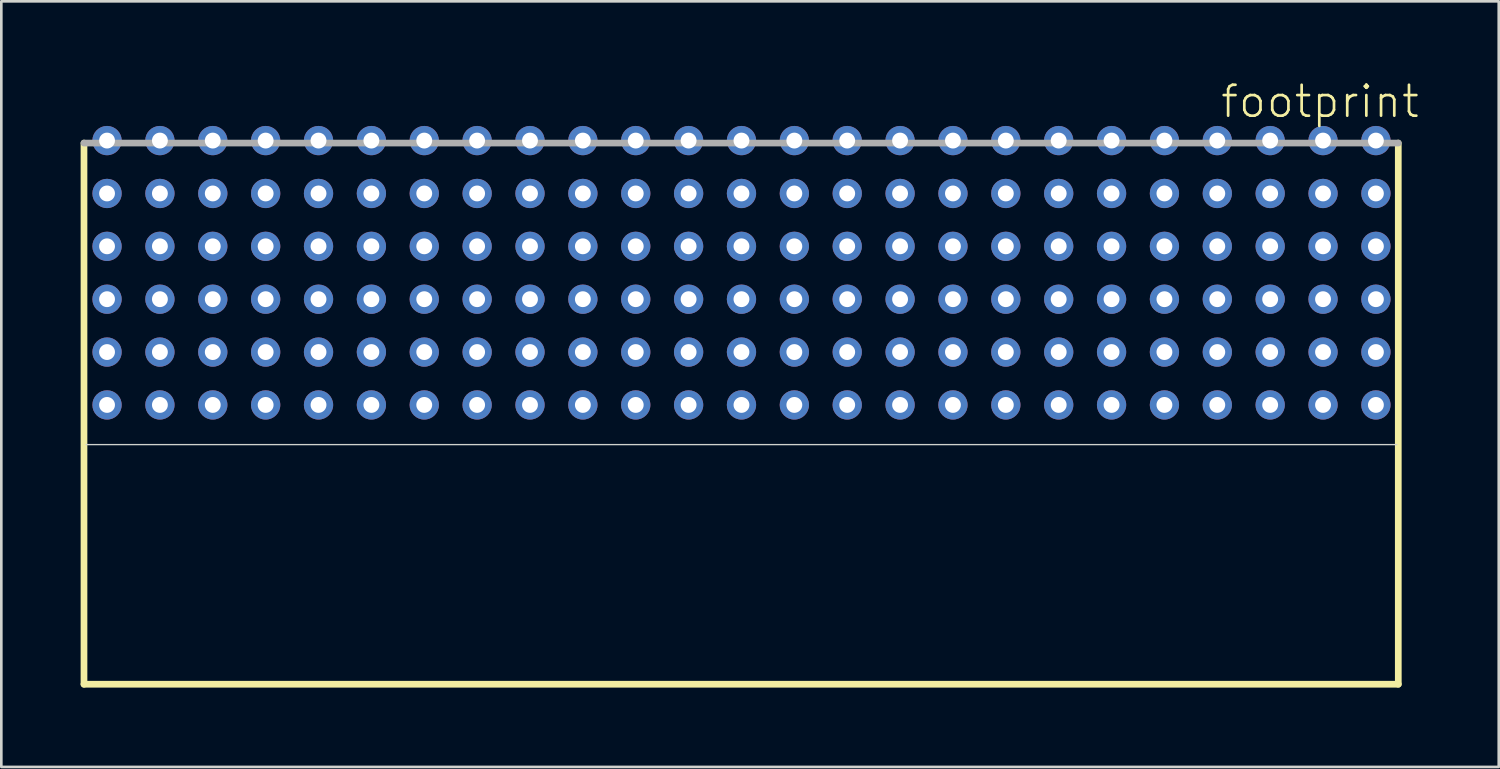
<source format=kicad_pcb>
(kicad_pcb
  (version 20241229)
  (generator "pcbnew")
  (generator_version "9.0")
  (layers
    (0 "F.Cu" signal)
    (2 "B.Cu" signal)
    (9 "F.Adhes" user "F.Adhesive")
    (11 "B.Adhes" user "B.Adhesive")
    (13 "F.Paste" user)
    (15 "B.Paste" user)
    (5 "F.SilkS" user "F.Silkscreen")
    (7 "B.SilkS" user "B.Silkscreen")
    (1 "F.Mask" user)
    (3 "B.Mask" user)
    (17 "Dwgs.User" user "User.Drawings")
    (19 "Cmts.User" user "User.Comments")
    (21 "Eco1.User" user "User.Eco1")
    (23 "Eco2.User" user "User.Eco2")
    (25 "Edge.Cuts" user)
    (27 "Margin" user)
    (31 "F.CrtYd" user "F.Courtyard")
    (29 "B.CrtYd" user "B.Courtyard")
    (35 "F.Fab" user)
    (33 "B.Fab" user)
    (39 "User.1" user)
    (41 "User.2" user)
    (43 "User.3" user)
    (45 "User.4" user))
  (footprint "footprint"
    (layer "F.Cu")
    (at 24.999 13.538)
    (property "Reference" "footprint" (at 18.065 -12.065 0) (layer "F.SilkS") (effects (font (size 1.168 1.168) (thickness 0.102)) (justify left bottom)))
    (fp_line (start -24.872 -11.176) (end -24.872 9.296) (stroke (width 0.254) (type solid)) (layer "F.SilkS"))
    (fp_line (start -24.872 9.296) (end 24.847 9.296) (stroke (width 0.254) (type solid)) (layer "F.SilkS"))
    (fp_line (start 24.847 9.296) (end 24.847 -11.176) (stroke (width 0.254) (type solid)) (layer "F.SilkS"))
    (fp_line (start -24.789 0.23) (end 24.789 0.23) (stroke (width 0.051) (type solid)) (layer "Edge.Cuts"))
    (fp_line (start 24.847 -11.176) (end -24.872 -11.176) (stroke (width 0.254) (type solid)) (layer "F.Fab"))
    (pad "A1" thru_hole circle (at 24 -1.27) (size 1.108 1.108) (drill 0.6) (layers "*.Cu" "*.Mask"))
    (pad "A2" thru_hole circle (at 22 -1.27) (size 1.108 1.108) (drill 0.6) (layers "*.Cu" "*.Mask"))
    (pad "A3" thru_hole circle (at 20 -1.27) (size 1.108 1.108) (drill 0.6) (layers "*.Cu" "*.Mask"))
    (pad "A4" thru_hole circle (at 18 -1.27) (size 1.108 1.108) (drill 0.6) (layers "*.Cu" "*.Mask"))
    (pad "A5" thru_hole circle (at 16 -1.27) (size 1.108 1.108) (drill 0.6) (layers "*.Cu" "*.Mask"))
    (pad "A6" thru_hole circle (at 14 -1.27) (size 1.108 1.108) (drill 0.6) (layers "*.Cu" "*.Mask"))
    (pad "A7" thru_hole circle (at 12 -1.27) (size 1.108 1.108) (drill 0.6) (layers "*.Cu" "*.Mask"))
    (pad "A8" thru_hole circle (at 10 -1.27) (size 1.108 1.108) (drill 0.6) (layers "*.Cu" "*.Mask"))
    (pad "A9" thru_hole circle (at 8 -1.27) (size 1.108 1.108) (drill 0.6) (layers "*.Cu" "*.Mask"))
    (pad "A10" thru_hole circle (at 6 -1.27) (size 1.108 1.108) (drill 0.6) (layers "*.Cu" "*.Mask"))
    (pad "A11" thru_hole circle (at 4 -1.27) (size 1.108 1.108) (drill 0.6) (layers "*.Cu" "*.Mask"))
    (pad "A12" thru_hole circle (at 2 -1.27) (size 1.108 1.108) (drill 0.6) (layers "*.Cu" "*.Mask"))
    (pad "A13" thru_hole circle (at 0 -1.27) (size 1.108 1.108) (drill 0.6) (layers "*.Cu" "*.Mask"))
    (pad "A14" thru_hole circle (at -2 -1.27) (size 1.108 1.108) (drill 0.6) (layers "*.Cu" "*.Mask"))
    (pad "A15" thru_hole circle (at -4 -1.27) (size 1.108 1.108) (drill 0.6) (layers "*.Cu" "*.Mask"))
    (pad "A16" thru_hole circle (at -6 -1.27) (size 1.108 1.108) (drill 0.6) (layers "*.Cu" "*.Mask"))
    (pad "A17" thru_hole circle (at -8 -1.27) (size 1.108 1.108) (drill 0.6) (layers "*.Cu" "*.Mask"))
    (pad "A18" thru_hole circle (at -10 -1.27) (size 1.108 1.108) (drill 0.6) (layers "*.Cu" "*.Mask"))
    (pad "A19" thru_hole circle (at -12 -1.27) (size 1.108 1.108) (drill 0.6) (layers "*.Cu" "*.Mask"))
    (pad "A20" thru_hole circle (at -14 -1.27) (size 1.108 1.108) (drill 0.6) (layers "*.Cu" "*.Mask"))
    (pad "A21" thru_hole circle (at -16 -1.27) (size 1.108 1.108) (drill 0.6) (layers "*.Cu" "*.Mask"))
    (pad "A22" thru_hole circle (at -18 -1.27) (size 1.108 1.108) (drill 0.6) (layers "*.Cu" "*.Mask"))
    (pad "A23" thru_hole circle (at -20 -1.27) (size 1.108 1.108) (drill 0.6) (layers "*.Cu" "*.Mask"))
    (pad "A24" thru_hole circle (at -22 -1.27) (size 1.108 1.108) (drill 0.6) (layers "*.Cu" "*.Mask"))
    (pad "A25" thru_hole circle (at -24 -1.27) (size 1.108 1.108) (drill 0.6) (layers "*.Cu" "*.Mask"))
    (pad "B1" thru_hole circle (at 24 -3.27) (size 1.108 1.108) (drill 0.6) (layers "*.Cu" "*.Mask"))
    (pad "B2" thru_hole circle (at 22 -3.27) (size 1.108 1.108) (drill 0.6) (layers "*.Cu" "*.Mask"))
    (pad "B3" thru_hole circle (at 20 -3.27) (size 1.108 1.108) (drill 0.6) (layers "*.Cu" "*.Mask"))
    (pad "B4" thru_hole circle (at 18 -3.27) (size 1.108 1.108) (drill 0.6) (layers "*.Cu" "*.Mask"))
    (pad "B5" thru_hole circle (at 16 -3.27) (size 1.108 1.108) (drill 0.6) (layers "*.Cu" "*.Mask"))
    (pad "B6" thru_hole circle (at 14 -3.27) (size 1.108 1.108) (drill 0.6) (layers "*.Cu" "*.Mask"))
    (pad "B7" thru_hole circle (at 12 -3.27) (size 1.108 1.108) (drill 0.6) (layers "*.Cu" "*.Mask"))
    (pad "B8" thru_hole circle (at 10 -3.27) (size 1.108 1.108) (drill 0.6) (layers "*.Cu" "*.Mask"))
    (pad "B9" thru_hole circle (at 8 -3.27) (size 1.108 1.108) (drill 0.6) (layers "*.Cu" "*.Mask"))
    (pad "B10" thru_hole circle (at 6 -3.27) (size 1.108 1.108) (drill 0.6) (layers "*.Cu" "*.Mask"))
    (pad "B11" thru_hole circle (at 4 -3.27) (size 1.108 1.108) (drill 0.6) (layers "*.Cu" "*.Mask"))
    (pad "B12" thru_hole circle (at 2 -3.27) (size 1.108 1.108) (drill 0.6) (layers "*.Cu" "*.Mask"))
    (pad "B13" thru_hole circle (at 0 -3.27) (size 1.108 1.108) (drill 0.6) (layers "*.Cu" "*.Mask"))
    (pad "B14" thru_hole circle (at -2 -3.27) (size 1.108 1.108) (drill 0.6) (layers "*.Cu" "*.Mask"))
    (pad "B15" thru_hole circle (at -4 -3.27) (size 1.108 1.108) (drill 0.6) (layers "*.Cu" "*.Mask"))
    (pad "B16" thru_hole circle (at -6 -3.27) (size 1.108 1.108) (drill 0.6) (layers "*.Cu" "*.Mask"))
    (pad "B17" thru_hole circle (at -8 -3.27) (size 1.108 1.108) (drill 0.6) (layers "*.Cu" "*.Mask"))
    (pad "B18" thru_hole circle (at -10 -3.27) (size 1.108 1.108) (drill 0.6) (layers "*.Cu" "*.Mask"))
    (pad "B19" thru_hole circle (at -12 -3.27) (size 1.108 1.108) (drill 0.6) (layers "*.Cu" "*.Mask"))
    (pad "B20" thru_hole circle (at -14 -3.27) (size 1.108 1.108) (drill 0.6) (layers "*.Cu" "*.Mask"))
    (pad "B21" thru_hole circle (at -16 -3.27) (size 1.108 1.108) (drill 0.6) (layers "*.Cu" "*.Mask"))
    (pad "B22" thru_hole circle (at -18 -3.27) (size 1.108 1.108) (drill 0.6) (layers "*.Cu" "*.Mask"))
    (pad "B23" thru_hole circle (at -20 -3.27) (size 1.108 1.108) (drill 0.6) (layers "*.Cu" "*.Mask"))
    (pad "B24" thru_hole circle (at -22 -3.27) (size 1.108 1.108) (drill 0.6) (layers "*.Cu" "*.Mask"))
    (pad "B25" thru_hole circle (at -24 -3.27) (size 1.108 1.108) (drill 0.6) (layers "*.Cu" "*.Mask"))
    (pad "C1" thru_hole circle (at 24 -5.27) (size 1.108 1.108) (drill 0.6) (layers "*.Cu" "*.Mask"))
    (pad "C2" thru_hole circle (at 22 -5.27) (size 1.108 1.108) (drill 0.6) (layers "*.Cu" "*.Mask"))
    (pad "C3" thru_hole circle (at 20 -5.27) (size 1.108 1.108) (drill 0.6) (layers "*.Cu" "*.Mask"))
    (pad "C4" thru_hole circle (at 18 -5.27) (size 1.108 1.108) (drill 0.6) (layers "*.Cu" "*.Mask"))
    (pad "C5" thru_hole circle (at 16 -5.27) (size 1.108 1.108) (drill 0.6) (layers "*.Cu" "*.Mask"))
    (pad "C6" thru_hole circle (at 14 -5.27) (size 1.108 1.108) (drill 0.6) (layers "*.Cu" "*.Mask"))
    (pad "C7" thru_hole circle (at 12 -5.27) (size 1.108 1.108) (drill 0.6) (layers "*.Cu" "*.Mask"))
    (pad "C8" thru_hole circle (at 10 -5.27) (size 1.108 1.108) (drill 0.6) (layers "*.Cu" "*.Mask"))
    (pad "C9" thru_hole circle (at 8 -5.27) (size 1.108 1.108) (drill 0.6) (layers "*.Cu" "*.Mask"))
    (pad "C10" thru_hole circle (at 6 -5.27) (size 1.108 1.108) (drill 0.6) (layers "*.Cu" "*.Mask"))
    (pad "C11" thru_hole circle (at 4 -5.27) (size 1.108 1.108) (drill 0.6) (layers "*.Cu" "*.Mask"))
    (pad "C12" thru_hole circle (at 2 -5.27) (size 1.108 1.108) (drill 0.6) (layers "*.Cu" "*.Mask"))
    (pad "C13" thru_hole circle (at 0 -5.27) (size 1.108 1.108) (drill 0.6) (layers "*.Cu" "*.Mask"))
    (pad "C14" thru_hole circle (at -2 -5.27) (size 1.108 1.108) (drill 0.6) (layers "*.Cu" "*.Mask"))
    (pad "C15" thru_hole circle (at -4 -5.27) (size 1.108 1.108) (drill 0.6) (layers "*.Cu" "*.Mask"))
    (pad "C16" thru_hole circle (at -6 -5.27) (size 1.108 1.108) (drill 0.6) (layers "*.Cu" "*.Mask"))
    (pad "C17" thru_hole circle (at -8 -5.27) (size 1.108 1.108) (drill 0.6) (layers "*.Cu" "*.Mask"))
    (pad "C18" thru_hole circle (at -10 -5.27) (size 1.108 1.108) (drill 0.6) (layers "*.Cu" "*.Mask"))
    (pad "C19" thru_hole circle (at -12 -5.27) (size 1.108 1.108) (drill 0.6) (layers "*.Cu" "*.Mask"))
    (pad "C20" thru_hole circle (at -14 -5.27) (size 1.108 1.108) (drill 0.6) (layers "*.Cu" "*.Mask"))
    (pad "C21" thru_hole circle (at -16 -5.27) (size 1.108 1.108) (drill 0.6) (layers "*.Cu" "*.Mask"))
    (pad "C22" thru_hole circle (at -18 -5.27) (size 1.108 1.108) (drill 0.6) (layers "*.Cu" "*.Mask"))
    (pad "C23" thru_hole circle (at -20 -5.27) (size 1.108 1.108) (drill 0.6) (layers "*.Cu" "*.Mask"))
    (pad "C24" thru_hole circle (at -22 -5.27) (size 1.108 1.108) (drill 0.6) (layers "*.Cu" "*.Mask"))
    (pad "C25" thru_hole circle (at -24 -5.27) (size 1.108 1.108) (drill 0.6) (layers "*.Cu" "*.Mask"))
    (pad "D1" thru_hole circle (at 24 -7.27) (size 1.108 1.108) (drill 0.6) (layers "*.Cu" "*.Mask"))
    (pad "D2" thru_hole circle (at 22 -7.27) (size 1.108 1.108) (drill 0.6) (layers "*.Cu" "*.Mask"))
    (pad "D3" thru_hole circle (at 20 -7.27) (size 1.108 1.108) (drill 0.6) (layers "*.Cu" "*.Mask"))
    (pad "D4" thru_hole circle (at 18 -7.27) (size 1.108 1.108) (drill 0.6) (layers "*.Cu" "*.Mask"))
    (pad "D5" thru_hole circle (at 16 -7.27) (size 1.108 1.108) (drill 0.6) (layers "*.Cu" "*.Mask"))
    (pad "D6" thru_hole circle (at 14 -7.27) (size 1.108 1.108) (drill 0.6) (layers "*.Cu" "*.Mask"))
    (pad "D7" thru_hole circle (at 12 -7.27) (size 1.108 1.108) (drill 0.6) (layers "*.Cu" "*.Mask"))
    (pad "D8" thru_hole circle (at 10 -7.27) (size 1.108 1.108) (drill 0.6) (layers "*.Cu" "*.Mask"))
    (pad "D9" thru_hole circle (at 8 -7.27) (size 1.108 1.108) (drill 0.6) (layers "*.Cu" "*.Mask"))
    (pad "D10" thru_hole circle (at 6 -7.27) (size 1.108 1.108) (drill 0.6) (layers "*.Cu" "*.Mask"))
    (pad "D11" thru_hole circle (at 4 -7.27) (size 1.108 1.108) (drill 0.6) (layers "*.Cu" "*.Mask"))
    (pad "D12" thru_hole circle (at 2 -7.27) (size 1.108 1.108) (drill 0.6) (layers "*.Cu" "*.Mask"))
    (pad "D13" thru_hole circle (at 0 -7.27) (size 1.108 1.108) (drill 0.6) (layers "*.Cu" "*.Mask"))
    (pad "D14" thru_hole circle (at -2 -7.27) (size 1.108 1.108) (drill 0.6) (layers "*.Cu" "*.Mask"))
    (pad "D15" thru_hole circle (at -4 -7.27) (size 1.108 1.108) (drill 0.6) (layers "*.Cu" "*.Mask"))
    (pad "D16" thru_hole circle (at -6 -7.27) (size 1.108 1.108) (drill 0.6) (layers "*.Cu" "*.Mask"))
    (pad "D17" thru_hole circle (at -8 -7.27) (size 1.108 1.108) (drill 0.6) (layers "*.Cu" "*.Mask"))
    (pad "D18" thru_hole circle (at -10 -7.27) (size 1.108 1.108) (drill 0.6) (layers "*.Cu" "*.Mask"))
    (pad "D19" thru_hole circle (at -12 -7.27) (size 1.108 1.108) (drill 0.6) (layers "*.Cu" "*.Mask"))
    (pad "D20" thru_hole circle (at -14 -7.27) (size 1.108 1.108) (drill 0.6) (layers "*.Cu" "*.Mask"))
    (pad "D21" thru_hole circle (at -16 -7.27) (size 1.108 1.108) (drill 0.6) (layers "*.Cu" "*.Mask"))
    (pad "D22" thru_hole circle (at -18 -7.27) (size 1.108 1.108) (drill 0.6) (layers "*.Cu" "*.Mask"))
    (pad "D23" thru_hole circle (at -20 -7.27) (size 1.108 1.108) (drill 0.6) (layers "*.Cu" "*.Mask"))
    (pad "D24" thru_hole circle (at -22 -7.27) (size 1.108 1.108) (drill 0.6) (layers "*.Cu" "*.Mask"))
    (pad "D25" thru_hole circle (at -24 -7.27) (size 1.108 1.108) (drill 0.6) (layers "*.Cu" "*.Mask"))
    (pad "E1" thru_hole circle (at 24 -9.27) (size 1.108 1.108) (drill 0.6) (layers "*.Cu" "*.Mask"))
    (pad "E2" thru_hole circle (at 22 -9.27) (size 1.108 1.108) (drill 0.6) (layers "*.Cu" "*.Mask"))
    (pad "E3" thru_hole circle (at 20 -9.27) (size 1.108 1.108) (drill 0.6) (layers "*.Cu" "*.Mask"))
    (pad "E4" thru_hole circle (at 18 -9.27) (size 1.108 1.108) (drill 0.6) (layers "*.Cu" "*.Mask"))
    (pad "E5" thru_hole circle (at 16 -9.27) (size 1.108 1.108) (drill 0.6) (layers "*.Cu" "*.Mask"))
    (pad "E6" thru_hole circle (at 14 -9.27) (size 1.108 1.108) (drill 0.6) (layers "*.Cu" "*.Mask"))
    (pad "E7" thru_hole circle (at 12 -9.27) (size 1.108 1.108) (drill 0.6) (layers "*.Cu" "*.Mask"))
    (pad "E8" thru_hole circle (at 10 -9.27) (size 1.108 1.108) (drill 0.6) (layers "*.Cu" "*.Mask"))
    (pad "E9" thru_hole circle (at 8 -9.27) (size 1.108 1.108) (drill 0.6) (layers "*.Cu" "*.Mask"))
    (pad "E10" thru_hole circle (at 6 -9.27) (size 1.108 1.108) (drill 0.6) (layers "*.Cu" "*.Mask"))
    (pad "E11" thru_hole circle (at 4 -9.27) (size 1.108 1.108) (drill 0.6) (layers "*.Cu" "*.Mask"))
    (pad "E12" thru_hole circle (at 2 -9.27) (size 1.108 1.108) (drill 0.6) (layers "*.Cu" "*.Mask"))
    (pad "E13" thru_hole circle (at 0 -9.27) (size 1.108 1.108) (drill 0.6) (layers "*.Cu" "*.Mask"))
    (pad "E14" thru_hole circle (at -2 -9.27) (size 1.108 1.108) (drill 0.6) (layers "*.Cu" "*.Mask"))
    (pad "E15" thru_hole circle (at -4 -9.27) (size 1.108 1.108) (drill 0.6) (layers "*.Cu" "*.Mask"))
    (pad "E16" thru_hole circle (at -6 -9.27) (size 1.108 1.108) (drill 0.6) (layers "*.Cu" "*.Mask"))
    (pad "E17" thru_hole circle (at -8 -9.27) (size 1.108 1.108) (drill 0.6) (layers "*.Cu" "*.Mask"))
    (pad "E18" thru_hole circle (at -10 -9.27) (size 1.108 1.108) (drill 0.6) (layers "*.Cu" "*.Mask"))
    (pad "E19" thru_hole circle (at -12 -9.27) (size 1.108 1.108) (drill 0.6) (layers "*.Cu" "*.Mask"))
    (pad "E20" thru_hole circle (at -14 -9.27) (size 1.108 1.108) (drill 0.6) (layers "*.Cu" "*.Mask"))
    (pad "E21" thru_hole circle (at -16 -9.27) (size 1.108 1.108) (drill 0.6) (layers "*.Cu" "*.Mask"))
    (pad "E22" thru_hole circle (at -18 -9.27) (size 1.108 1.108) (drill 0.6) (layers "*.Cu" "*.Mask"))
    (pad "E23" thru_hole circle (at -20 -9.27) (size 1.108 1.108) (drill 0.6) (layers "*.Cu" "*.Mask"))
    (pad "E24" thru_hole circle (at -22 -9.27) (size 1.108 1.108) (drill 0.6) (layers "*.Cu" "*.Mask"))
    (pad "E25" thru_hole circle (at -24 -9.27) (size 1.108 1.108) (drill 0.6) (layers "*.Cu" "*.Mask"))
    (pad "F1" thru_hole circle (at 24 -11.27) (size 1.108 1.108) (drill 0.6) (layers "*.Cu" "*.Mask"))
    (pad "F2" thru_hole circle (at 22 -11.27) (size 1.108 1.108) (drill 0.6) (layers "*.Cu" "*.Mask"))
    (pad "F3" thru_hole circle (at 20 -11.27) (size 1.108 1.108) (drill 0.6) (layers "*.Cu" "*.Mask"))
    (pad "F4" thru_hole circle (at 18 -11.27) (size 1.108 1.108) (drill 0.6) (layers "*.Cu" "*.Mask"))
    (pad "F5" thru_hole circle (at 16 -11.27) (size 1.108 1.108) (drill 0.6) (layers "*.Cu" "*.Mask"))
    (pad "F6" thru_hole circle (at 14 -11.27) (size 1.108 1.108) (drill 0.6) (layers "*.Cu" "*.Mask"))
    (pad "F7" thru_hole circle (at 12 -11.27) (size 1.108 1.108) (drill 0.6) (layers "*.Cu" "*.Mask"))
    (pad "F8" thru_hole circle (at 10 -11.27) (size 1.108 1.108) (drill 0.6) (layers "*.Cu" "*.Mask"))
    (pad "F9" thru_hole circle (at 8 -11.27) (size 1.108 1.108) (drill 0.6) (layers "*.Cu" "*.Mask"))
    (pad "F10" thru_hole circle (at 6 -11.27) (size 1.108 1.108) (drill 0.6) (layers "*.Cu" "*.Mask"))
    (pad "F11" thru_hole circle (at 4 -11.27) (size 1.108 1.108) (drill 0.6) (layers "*.Cu" "*.Mask"))
    (pad "F12" thru_hole circle (at 2 -11.27) (size 1.108 1.108) (drill 0.6) (layers "*.Cu" "*.Mask"))
    (pad "F13" thru_hole circle (at 0 -11.27) (size 1.108 1.108) (drill 0.6) (layers "*.Cu" "*.Mask"))
    (pad "F14" thru_hole circle (at -2 -11.27) (size 1.108 1.108) (drill 0.6) (layers "*.Cu" "*.Mask"))
    (pad "F15" thru_hole circle (at -4 -11.27) (size 1.108 1.108) (drill 0.6) (layers "*.Cu" "*.Mask"))
    (pad "F16" thru_hole circle (at -6 -11.27) (size 1.108 1.108) (drill 0.6) (layers "*.Cu" "*.Mask"))
    (pad "F17" thru_hole circle (at -8 -11.27) (size 1.108 1.108) (drill 0.6) (layers "*.Cu" "*.Mask"))
    (pad "F18" thru_hole circle (at -10 -11.27) (size 1.108 1.108) (drill 0.6) (layers "*.Cu" "*.Mask"))
    (pad "F19" thru_hole circle (at -12 -11.27) (size 1.108 1.108) (drill 0.6) (layers "*.Cu" "*.Mask"))
    (pad "F20" thru_hole circle (at -14 -11.27) (size 1.108 1.108) (drill 0.6) (layers "*.Cu" "*.Mask"))
    (pad "F21" thru_hole circle (at -16 -11.27) (size 1.108 1.108) (drill 0.6) (layers "*.Cu" "*.Mask"))
    (pad "F22" thru_hole circle (at -18 -11.27) (size 1.108 1.108) (drill 0.6) (layers "*.Cu" "*.Mask"))
    (pad "F23" thru_hole circle (at -20 -11.27) (size 1.108 1.108) (drill 0.6) (layers "*.Cu" "*.Mask"))
    (pad "F24" thru_hole circle (at -22 -11.27) (size 1.108 1.108) (drill 0.6) (layers "*.Cu" "*.Mask"))
    (pad "F25" thru_hole circle (at -24 -11.27) (size 1.108 1.108) (drill 0.6) (layers "*.Cu" "*.Mask")))
  (gr_rect
    (start -3 -3)
    (end 53.646 25.962)
    (stroke (width 0.1) (type default))
    (fill no)
    (layer "Edge.Cuts")))
</source>
